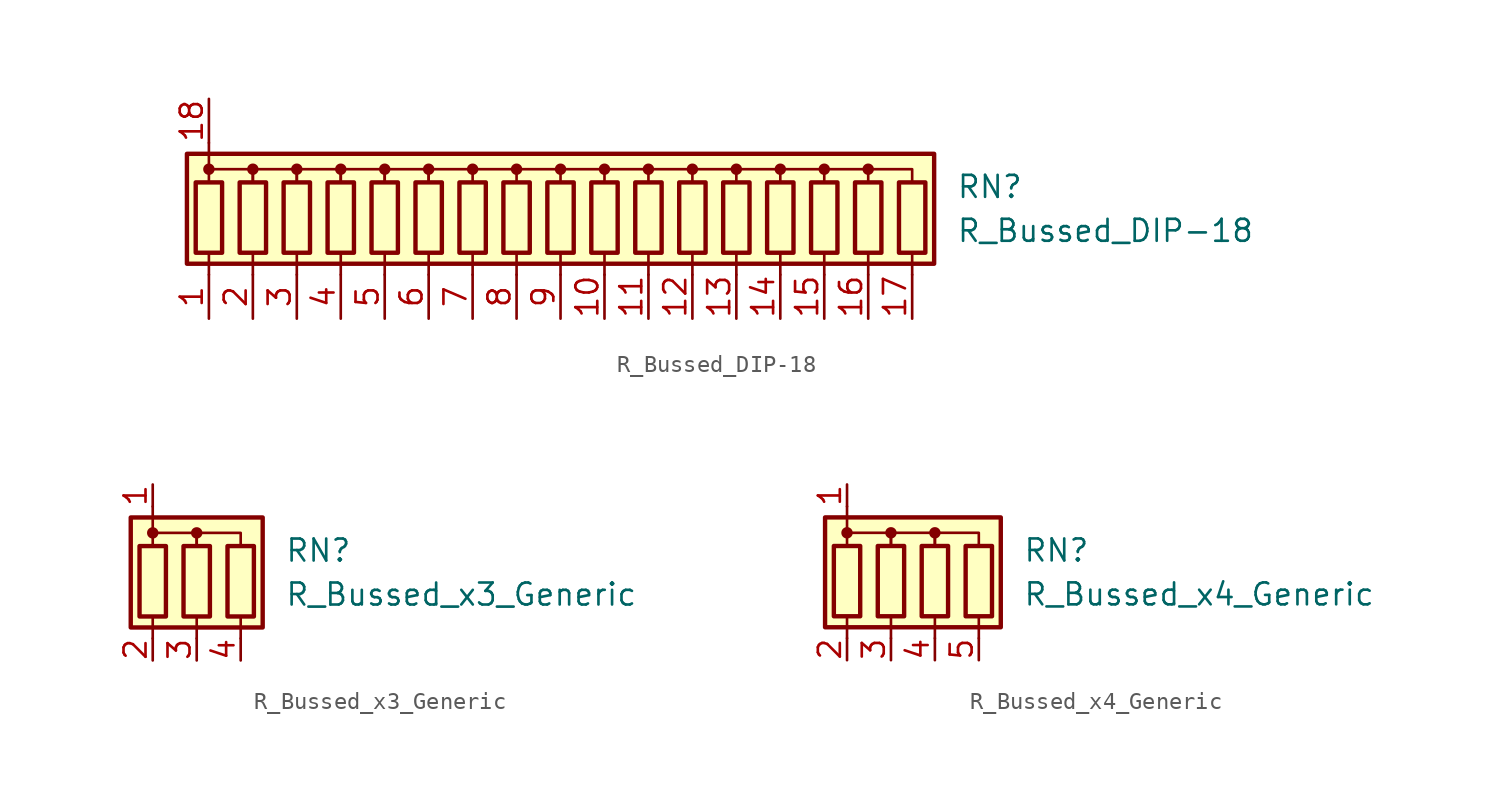
<source format=kicad_sym>
(kicad_symbol_lib
  (version 20211014)
  (generator kicad_symbol_editor)
  (symbol "R_Bussed_DIP-18"
    (pin_names
      (offset 0.002) hide)
    (property "Reference" "RN"
      (at 22.86 1.27 0)
      (effects (font (size 1.27 1.27)) (justify left)))
    (property "Value" "R_Bussed_DIP-18"
      (at 22.86 -1.27 0)
      (effects (font (size 1.27 1.27)) (justify left)))
    (symbol "R_Bussed_DIP-18_0_1"
      (rectangle (start -21.59 3.175) (end 21.59 -3.175) (stroke (width 0.254) (type default) (color 0 0 0 0)) (fill (type background)))
      (rectangle (start -21.082 1.524) (end -19.558 -2.54) (stroke (width 0.254) (type default) (color 0 0 0 0)) (fill (type none)))
      (circle (center -20.32 2.286) (radius 0.254) (stroke (width 0) (type default) (color 0 0 0 0)) (fill (type outline)))
      (rectangle (start -18.542 1.524) (end -17.018 -2.54) (stroke (width 0.254) (type default) (color 0 0 0 0)) (fill (type none)))
      (circle (center -17.78 2.286) (radius 0.254) (stroke (width 0) (type default) (color 0 0 0 0)) (fill (type outline)))
      (rectangle (start -16.002 1.524) (end -14.478 -2.54) (stroke (width 0.254) (type default) (color 0 0 0 0)) (fill (type none)))
      (circle (center -15.24 2.286) (radius 0.254) (stroke (width 0) (type default) (color 0 0 0 0)) (fill (type outline)))
      (rectangle (start -13.462 1.524) (end -11.938 -2.54) (stroke (width 0.254) (type default) (color 0 0 0 0)) (fill (type none)))
      (circle (center -12.7 2.286) (radius 0.254) (stroke (width 0) (type default) (color 0 0 0 0)) (fill (type outline)))
      (rectangle (start -10.922 1.524) (end -9.398 -2.54) (stroke (width 0.254) (type default) (color 0 0 0 0)) (fill (type none)))
      (circle (center -10.16 2.286) (radius 0.254) (stroke (width 0) (type default) (color 0 0 0 0)) (fill (type outline)))
      (rectangle (start -8.382 1.524) (end -6.858 -2.54) (stroke (width 0.254) (type default) (color 0 0 0 0)) (fill (type none)))
      (circle (center -7.62 2.286) (radius 0.254) (stroke (width 0) (type default) (color 0 0 0 0)) (fill (type outline)))
      (rectangle (start -5.842 1.524) (end -4.318 -2.54) (stroke (width 0.254) (type default) (color 0 0 0 0)) (fill (type none)))
      (circle (center -5.08 2.286) (radius 0.254) (stroke (width 0) (type default) (color 0 0 0 0)) (fill (type outline)))
      (rectangle (start -3.302 1.524) (end -1.778 -2.54) (stroke (width 0.254) (type default) (color 0 0 0 0)) (fill (type none)))
      (circle (center -2.54 2.286) (radius 0.254) (stroke (width 0) (type default) (color 0 0 0 0)) (fill (type outline)))
      (rectangle (start -0.762 1.524) (end 0.762 -2.54) (stroke (width 0.254) (type default) (color 0 0 0 0)) (fill (type none)))
      (polyline (pts (xy -20.32 -2.54) (xy -20.32 -3.81)) (stroke (width 0) (type default) (color 0 0 0 0)) (fill (type none)))
      (polyline (pts (xy -20.32 3.81) (xy -20.32 2.54)) (stroke (width 0) (type default) (color 0 0 0 0)) (fill (type none)))
      (polyline (pts (xy -17.78 -2.54) (xy -17.78 -3.81)) (stroke (width 0) (type default) (color 0 0 0 0)) (fill (type none)))
      (polyline (pts (xy -15.24 -2.54) (xy -15.24 -3.81)) (stroke (width 0) (type default) (color 0 0 0 0)) (fill (type none)))
      (polyline (pts (xy -12.7 -2.54) (xy -12.7 -3.81)) (stroke (width 0) (type default) (color 0 0 0 0)) (fill (type none)))
      (polyline (pts (xy -10.16 -2.54) (xy -10.16 -3.81)) (stroke (width 0) (type default) (color 0 0 0 0)) (fill (type none)))
      (polyline (pts (xy -7.62 -2.54) (xy -7.62 -3.81)) (stroke (width 0) (type default) (color 0 0 0 0)) (fill (type none)))
      (polyline (pts (xy -5.08 -2.54) (xy -5.08 -3.81)) (stroke (width 0) (type default) (color 0 0 0 0)) (fill (type none)))
      (polyline (pts (xy -2.54 -2.54) (xy -2.54 -3.81)) (stroke (width 0) (type default) (color 0 0 0 0)) (fill (type none)))
      (polyline (pts (xy 0 -2.54) (xy 0 -3.81)) (stroke (width 0) (type default) (color 0 0 0 0)) (fill (type none)))
      (polyline (pts (xy 2.54 -2.54) (xy 2.54 -3.81)) (stroke (width 0) (type default) (color 0 0 0 0)) (fill (type none)))
      (polyline (pts (xy 5.08 -2.54) (xy 5.08 -3.81)) (stroke (width 0) (type default) (color 0 0 0 0)) (fill (type none)))
      (polyline (pts (xy 7.62 -2.54) (xy 7.62 -3.81)) (stroke (width 0) (type default) (color 0 0 0 0)) (fill (type none)))
      (polyline (pts (xy 10.16 -2.54) (xy 10.16 -3.81)) (stroke (width 0) (type default) (color 0 0 0 0)) (fill (type none)))
      (polyline (pts (xy 12.7 -2.54) (xy 12.7 -3.81)) (stroke (width 0) (type default) (color 0 0 0 0)) (fill (type none)))
      (polyline (pts (xy 15.24 -2.54) (xy 15.24 -3.81)) (stroke (width 0) (type default) (color 0 0 0 0)) (fill (type none)))
      (polyline (pts (xy 17.78 -2.54) (xy 17.78 -3.81)) (stroke (width 0) (type default) (color 0 0 0 0)) (fill (type none)))
      (polyline (pts (xy 20.32 -2.54) (xy 20.32 -3.81)) (stroke (width 0) (type default) (color 0 0 0 0)) (fill (type none)))
      (polyline (pts (xy -2.54 1.524) (xy -2.54 2.286) (xy -5.08 2.286)) (stroke (width 0.152) (type default) (color 0 0 0 0)) (fill (type none)))
      (polyline (pts (xy 0 1.524) (xy 0 2.286) (xy -2.54 2.286)) (stroke (width 0.152) (type default) (color 0 0 0 0)) (fill (type none)))
      (polyline (pts (xy 2.54 1.524) (xy 2.54 2.286) (xy 0 2.286)) (stroke (width 0.152) (type default) (color 0 0 0 0)) (fill (type none)))
      (polyline (pts (xy 5.08 1.524) (xy 5.08 2.286) (xy 2.54 2.286)) (stroke (width 0.152) (type default) (color 0 0 0 0)) (fill (type none)))
      (polyline (pts (xy 7.62 1.524) (xy 7.62 2.286) (xy 5.08 2.286)) (stroke (width 0.152) (type default) (color 0 0 0 0)) (fill (type none)))
      (polyline (pts (xy 10.16 1.524) (xy 10.16 2.286) (xy 7.62 2.286)) (stroke (width 0.152) (type default) (color 0 0 0 0)) (fill (type none)))
      (polyline (pts (xy 12.7 1.524) (xy 12.7 2.286) (xy 10.16 2.286)) (stroke (width 0.152) (type default) (color 0 0 0 0)) (fill (type none)))
      (polyline (pts (xy 15.24 1.524) (xy 15.24 2.286) (xy 12.7 2.286)) (stroke (width 0.152) (type default) (color 0 0 0 0)) (fill (type none)))
      (polyline (pts (xy 17.78 1.524) (xy 17.78 2.286) (xy 15.24 2.286)) (stroke (width 0.152) (type default) (color 0 0 0 0)) (fill (type none)))
      (polyline (pts (xy 20.32 1.524) (xy 20.32 2.286) (xy 17.78 2.286)) (stroke (width 0.152) (type default) (color 0 0 0 0)) (fill (type none)))
      (polyline (pts (xy -20.32 1.524) (xy -20.32 2.286) (xy -17.78 2.286) (xy -17.78 1.524)) (stroke (width 0) (type default) (color 0 0 0 0)) (fill (type none)))
      (polyline (pts (xy -17.78 1.524) (xy -17.78 2.286) (xy -15.24 2.286) (xy -15.24 1.524)) (stroke (width 0) (type default) (color 0 0 0 0)) (fill (type none)))
      (polyline (pts (xy -15.24 1.524) (xy -15.24 2.286) (xy -12.7 2.286) (xy -12.7 1.524)) (stroke (width 0) (type default) (color 0 0 0 0)) (fill (type none)))
      (polyline (pts (xy -12.7 1.524) (xy -12.7 2.286) (xy -10.16 2.286) (xy -10.16 1.524)) (stroke (width 0) (type default) (color 0 0 0 0)) (fill (type none)))
      (polyline (pts (xy -10.16 1.524) (xy -10.16 2.286) (xy -7.62 2.286) (xy -7.62 1.524)) (stroke (width 0) (type default) (color 0 0 0 0)) (fill (type none)))
      (polyline (pts (xy -7.62 1.524) (xy -7.62 2.286) (xy -5.08 2.286) (xy -5.08 1.524)) (stroke (width 0) (type default) (color 0 0 0 0)) (fill (type none)))
      (circle (center 0 2.286) (radius 0.254) (stroke (width 0) (type default) (color 0 0 0 0)) (fill (type outline)))
      (rectangle (start 1.778 1.524) (end 3.302 -2.54) (stroke (width 0.254) (type default) (color 0 0 0 0)) (fill (type none)))
      (circle (center 2.54 2.286) (radius 0.254) (stroke (width 0) (type default) (color 0 0 0 0)) (fill (type outline)))
      (rectangle (start 4.318 1.524) (end 5.842 -2.54) (stroke (width 0.254) (type default) (color 0 0 0 0)) (fill (type none)))
      (circle (center 5.08 2.286) (radius 0.254) (stroke (width 0) (type default) (color 0 0 0 0)) (fill (type outline)))
      (rectangle (start 6.858 1.524) (end 8.382 -2.54) (stroke (width 0.254) (type default) (color 0 0 0 0)) (fill (type none)))
      (circle (center 7.62 2.286) (radius 0.254) (stroke (width 0) (type default) (color 0 0 0 0)) (fill (type outline)))
      (rectangle (start 9.398 1.524) (end 10.922 -2.54) (stroke (width 0.254) (type default) (color 0 0 0 0)) (fill (type none)))
      (circle (center 10.16 2.286) (radius 0.254) (stroke (width 0) (type default) (color 0 0 0 0)) (fill (type outline)))
      (rectangle (start 11.938 1.524) (end 13.462 -2.54) (stroke (width 0.254) (type default) (color 0 0 0 0)) (fill (type none)))
      (circle (center 12.7 2.286) (radius 0.254) (stroke (width 0) (type default) (color 0 0 0 0)) (fill (type outline)))
      (rectangle (start 14.478 1.524) (end 16.002 -2.54) (stroke (width 0.254) (type default) (color 0 0 0 0)) (fill (type none)))
      (circle (center 15.24 2.286) (radius 0.254) (stroke (width 0) (type default) (color 0 0 0 0)) (fill (type outline)))
      (rectangle (start 17.018 1.524) (end 18.542 -2.54) (stroke (width 0.254) (type default) (color 0 0 0 0)) (fill (type none)))
      (circle (center 17.78 2.286) (radius 0.254) (stroke (width 0) (type default) (color 0 0 0 0)) (fill (type outline)))
      (rectangle (start 19.558 1.524) (end 21.082 -2.54) (stroke (width 0.254) (type default) (color 0 0 0 0)) (fill (type none))))
    (symbol "R_Bussed_DIP-18_1_1"
      (pin passive line (at -20.32 -6.35 90) (length 2.54) (name "R1" (effects (font (size 1.27 1.27)))) (number "1" (effects (font (size 1.27 1.27)))))
      (pin passive line (at 2.54 -6.35 90) (length 2.54) (name "R10" (effects (font (size 1.27 1.27)))) (number "10" (effects (font (size 1.27 1.27)))))
      (pin passive line (at 5.08 -6.35 90) (length 2.54) (name "R11" (effects (font (size 1.27 1.27)))) (number "11" (effects (font (size 1.27 1.27)))))
      (pin passive line (at 7.62 -6.35 90) (length 2.54) (name "R12" (effects (font (size 1.27 1.27)))) (number "12" (effects (font (size 1.27 1.27)))))
      (pin passive line (at 10.16 -6.35 90) (length 2.54) (name "R13" (effects (font (size 1.27 1.27)))) (number "13" (effects (font (size 1.27 1.27)))))
      (pin passive line (at 12.7 -6.35 90) (length 2.54) (name "R14" (effects (font (size 1.27 1.27)))) (number "14" (effects (font (size 1.27 1.27)))))
      (pin passive line (at 15.24 -6.35 90) (length 2.54) (name "R15" (effects (font (size 1.27 1.27)))) (number "15" (effects (font (size 1.27 1.27)))))
      (pin passive line (at 17.78 -6.35 90) (length 2.54) (name "R16" (effects (font (size 1.27 1.27)))) (number "16" (effects (font (size 1.27 1.27)))))
      (pin passive line (at 20.32 -6.35 90) (length 2.54) (name "R17" (effects (font (size 1.27 1.27)))) (number "17" (effects (font (size 1.27 1.27)))))
      (pin passive line (at -20.32 6.35 270) (length 2.54) (name "common" (effects (font (size 1.27 1.27)))) (number "18" (effects (font (size 1.27 1.27)))))
      (pin passive line (at -17.78 -6.35 90) (length 2.54) (name "R2" (effects (font (size 1.27 1.27)))) (number "2" (effects (font (size 1.27 1.27)))))
      (pin passive line (at -15.24 -6.35 90) (length 2.54) (name "R3" (effects (font (size 1.27 1.27)))) (number "3" (effects (font (size 1.27 1.27)))))
      (pin passive line (at -12.7 -6.35 90) (length 2.54) (name "R4" (effects (font (size 1.27 1.27)))) (number "4" (effects (font (size 1.27 1.27)))))
      (pin passive line (at -10.16 -6.35 90) (length 2.54) (name "R5" (effects (font (size 1.27 1.27)))) (number "5" (effects (font (size 1.27 1.27)))))
      (pin passive line (at -7.62 -6.35 90) (length 2.54) (name "R6" (effects (font (size 1.27 1.27)))) (number "6" (effects (font (size 1.27 1.27)))))
      (pin passive line (at -5.08 -6.35 90) (length 2.54) (name "R7" (effects (font (size 1.27 1.27)))) (number "7" (effects (font (size 1.27 1.27)))))
      (pin passive line (at -2.54 -6.35 90) (length 2.54) (name "R8" (effects (font (size 1.27 1.27)))) (number "8" (effects (font (size 1.27 1.27)))))
      (pin passive line (at 0 -6.35 90) (length 2.54) (name "R9" (effects (font (size 1.27 1.27)))) (number "9" (effects (font (size 1.27 1.27)))))))
  (symbol "R_Bussed_x3_Generic"
    (pin_names
      (offset 0.002) hide)
    (property "Reference" "RN"
      (at 5.08 1.27 0)
      (effects (font (size 1.27 1.27)) (justify left)))
    (property "Value" "R_Bussed_x3_Generic"
      (at 5.08 -1.27 0)
      (effects (font (size 1.27 1.27)) (justify left)))
    (symbol "R_Bussed_x3_Generic_0_1"
      (rectangle (start -3.81 -3.175) (end 3.81 3.175) (stroke (width 0.254) (type default) (color 0 0 0 0)) (fill (type background)))
      (rectangle (start -3.302 1.524) (end -1.778 -2.54) (stroke (width 0.254) (type default) (color 0 0 0 0)) (fill (type none)))
      (circle (center -2.54 2.286) (radius 0.254) (stroke (width 0) (type default) (color 0 0 0 0)) (fill (type outline)))
      (rectangle (start -0.762 1.524) (end 0.762 -2.54) (stroke (width 0.254) (type default) (color 0 0 0 0)) (fill (type none)))
      (polyline (pts (xy -2.54 -2.54) (xy -2.54 -3.81)) (stroke (width 0) (type default) (color 0 0 0 0)) (fill (type none)))
      (polyline (pts (xy -2.54 3.81) (xy -2.54 2.54)) (stroke (width 0) (type default) (color 0 0 0 0)) (fill (type none)))
      (polyline (pts (xy 0 -2.54) (xy 0 -3.81)) (stroke (width 0) (type default) (color 0 0 0 0)) (fill (type none)))
      (polyline (pts (xy 2.54 -2.54) (xy 2.54 -3.81)) (stroke (width 0) (type default) (color 0 0 0 0)) (fill (type none)))
      (polyline (pts (xy -2.54 1.524) (xy -2.54 2.286) (xy 0 2.286) (xy 0 1.524)) (stroke (width 0) (type default) (color 0 0 0 0)) (fill (type none)))
      (polyline (pts (xy 0 1.524) (xy 0 2.286) (xy 2.54 2.286) (xy 2.54 1.524)) (stroke (width 0) (type default) (color 0 0 0 0)) (fill (type none)))
      (circle (center 0 2.286) (radius 0.254) (stroke (width 0) (type default) (color 0 0 0 0)) (fill (type outline)))
      (rectangle (start 1.778 1.524) (end 3.302 -2.54) (stroke (width 0.254) (type default) (color 0 0 0 0)) (fill (type none))))
    (symbol "R_Bussed_x3_Generic_1_1"
      (pin passive line (at -2.54 5.08 270) (length 1.27) (name "common" (effects (font (size 1.27 1.27)))) (number "1" (effects (font (size 1.27 1.27)))))
      (pin passive line (at -2.54 -5.08 90) (length 1.27) (name "R1" (effects (font (size 1.27 1.27)))) (number "2" (effects (font (size 1.27 1.27)))))
      (pin passive line (at 0 -5.08 90) (length 1.27) (name "R2" (effects (font (size 1.27 1.27)))) (number "3" (effects (font (size 1.27 1.27)))))
      (pin passive line (at 2.54 -5.08 90) (length 1.27) (name "R3" (effects (font (size 1.27 1.27)))) (number "4" (effects (font (size 1.27 1.27)))))))
  (symbol "R_Bussed_x4_Generic"
    (pin_names
      (offset 0.002) hide)
    (property "Reference" "RN"
      (at 5.08 1.27 0)
      (effects (font (size 1.27 1.27)) (justify left)))
    (property "Value" "R_Bussed_x4_Generic"
      (at 5.08 -1.27 0)
      (effects (font (size 1.27 1.27)) (justify left)))
    (symbol "R_Bussed_x4_Generic_0_1"
      (rectangle (start -6.35 -3.175) (end 3.81 3.175) (stroke (width 0.254) (type default) (color 0 0 0 0)) (fill (type background)))
      (rectangle (start -5.842 1.524) (end -4.318 -2.54) (stroke (width 0.254) (type default) (color 0 0 0 0)) (fill (type none)))
      (circle (center -5.08 2.286) (radius 0.254) (stroke (width 0) (type default) (color 0 0 0 0)) (fill (type outline)))
      (rectangle (start -3.302 1.524) (end -1.778 -2.54) (stroke (width 0.254) (type default) (color 0 0 0 0)) (fill (type none)))
      (circle (center -2.54 2.286) (radius 0.254) (stroke (width 0) (type default) (color 0 0 0 0)) (fill (type outline)))
      (rectangle (start -0.762 1.524) (end 0.762 -2.54) (stroke (width 0.254) (type default) (color 0 0 0 0)) (fill (type none)))
      (polyline (pts (xy -5.08 -2.54) (xy -5.08 -3.81)) (stroke (width 0) (type default) (color 0 0 0 0)) (fill (type none)))
      (polyline (pts (xy -5.08 3.81) (xy -5.08 2.54)) (stroke (width 0) (type default) (color 0 0 0 0)) (fill (type none)))
      (polyline (pts (xy -2.54 -2.54) (xy -2.54 -3.81)) (stroke (width 0) (type default) (color 0 0 0 0)) (fill (type none)))
      (polyline (pts (xy 0 -2.54) (xy 0 -3.81)) (stroke (width 0) (type default) (color 0 0 0 0)) (fill (type none)))
      (polyline (pts (xy 2.54 -2.54) (xy 2.54 -3.81)) (stroke (width 0) (type default) (color 0 0 0 0)) (fill (type none)))
      (polyline (pts (xy -5.08 1.524) (xy -5.08 2.286) (xy -2.54 2.286) (xy -2.54 1.524)) (stroke (width 0) (type default) (color 0 0 0 0)) (fill (type none)))
      (polyline (pts (xy -2.54 1.524) (xy -2.54 2.286) (xy 0 2.286) (xy 0 1.524)) (stroke (width 0) (type default) (color 0 0 0 0)) (fill (type none)))
      (polyline (pts (xy 0 1.524) (xy 0 2.286) (xy 2.54 2.286) (xy 2.54 1.524)) (stroke (width 0) (type default) (color 0 0 0 0)) (fill (type none)))
      (circle (center 0 2.286) (radius 0.254) (stroke (width 0) (type default) (color 0 0 0 0)) (fill (type outline)))
      (rectangle (start 1.778 1.524) (end 3.302 -2.54) (stroke (width 0.254) (type default) (color 0 0 0 0)) (fill (type none))))
    (symbol "R_Bussed_x4_Generic_1_1"
      (pin passive line (at -5.08 5.08 270) (length 1.27) (name "common" (effects (font (size 1.27 1.27)))) (number "1" (effects (font (size 1.27 1.27)))))
      (pin passive line (at -5.08 -5.08 90) (length 1.27) (name "R1" (effects (font (size 1.27 1.27)))) (number "2" (effects (font (size 1.27 1.27)))))
      (pin passive line (at -2.54 -5.08 90) (length 1.27) (name "R2" (effects (font (size 1.27 1.27)))) (number "3" (effects (font (size 1.27 1.27)))))
      (pin passive line (at 0 -5.08 90) (length 1.27) (name "R3" (effects (font (size 1.27 1.27)))) (number "4" (effects (font (size 1.27 1.27)))))
      (pin passive line (at 2.54 -5.08 90) (length 1.27) (name "R4" (effects (font (size 1.27 1.27)))) (number "5" (effects (font (size 1.27 1.27))))))))
</source>
